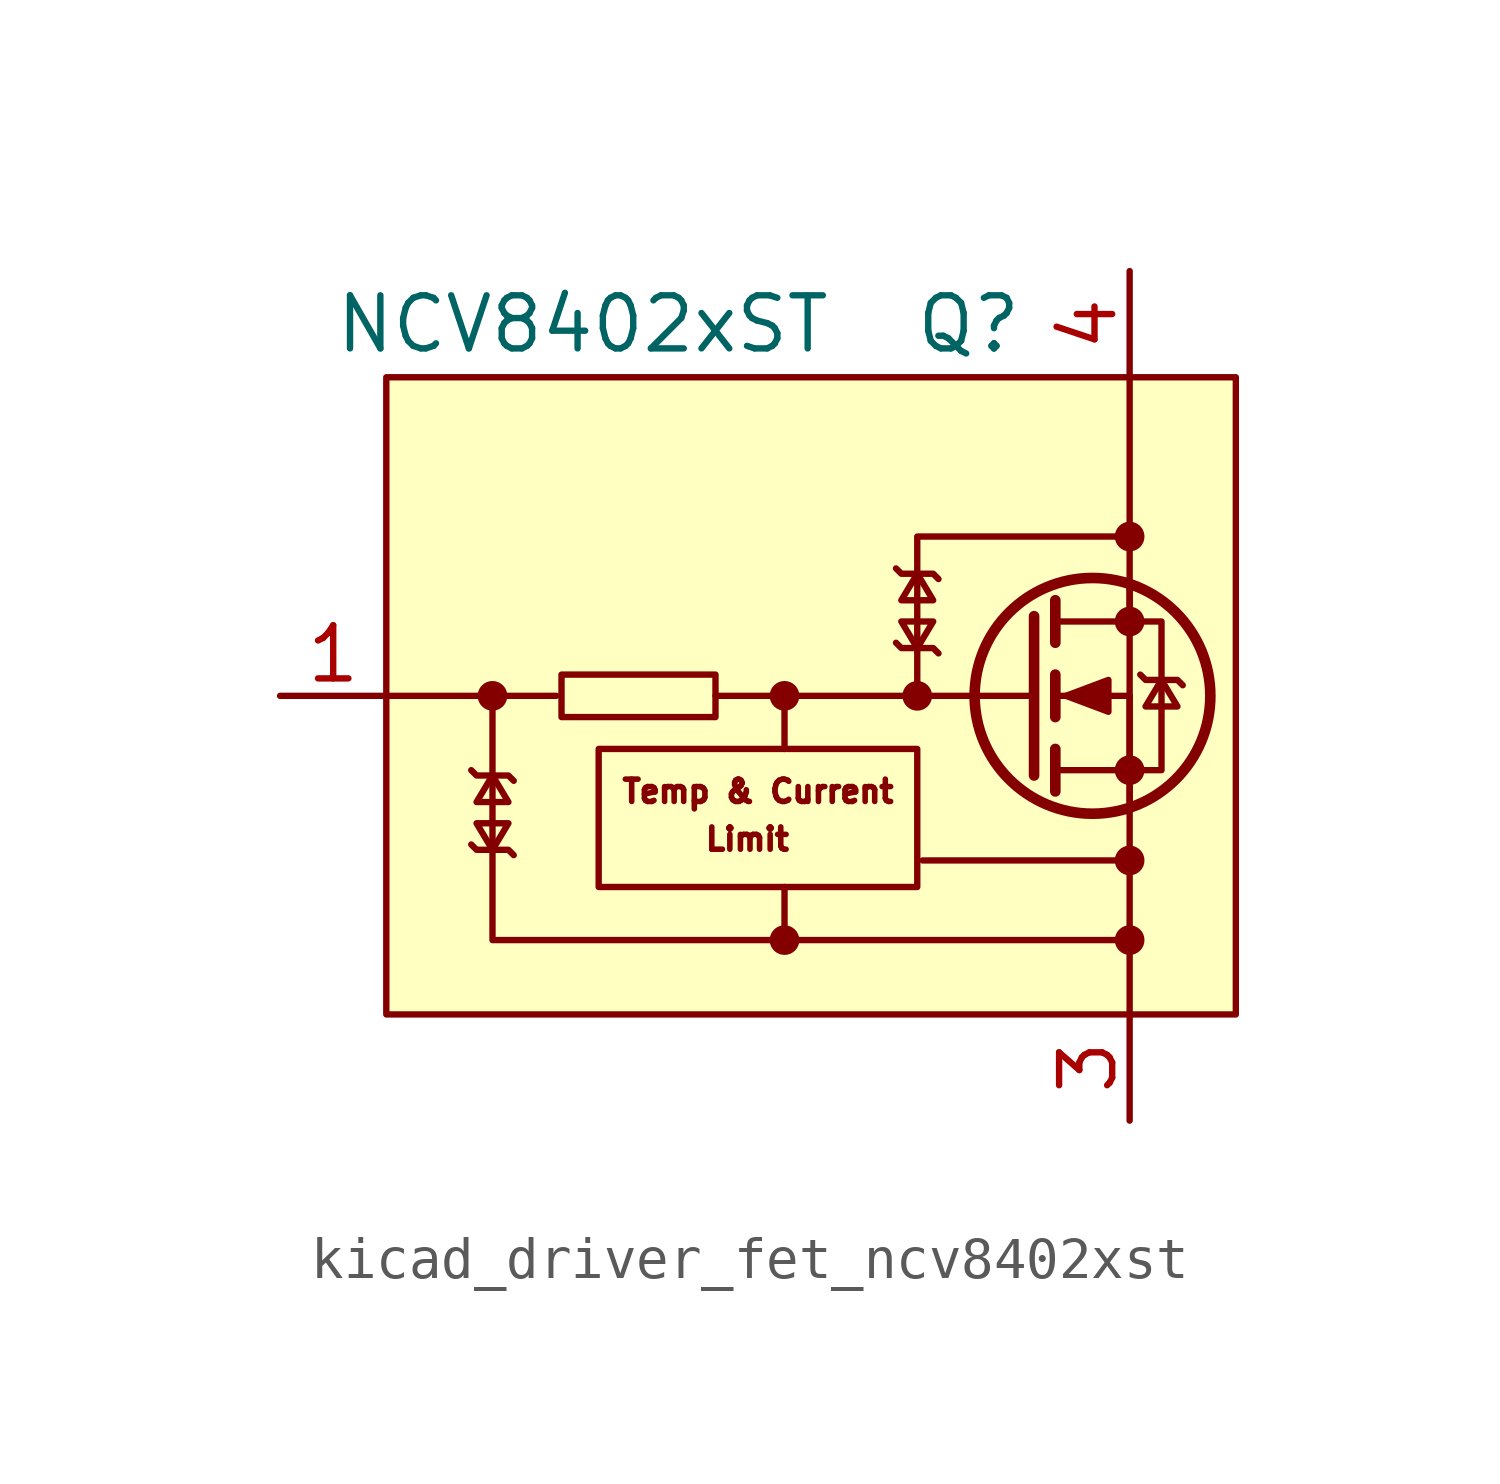
<source format=kicad_sym>
(kicad_symbol_lib
  (version 20220914)
  (generator kicad_symbol_editor)
  (symbol "kicad_driver_fet_ncv8402xst"
    (pin_names
      (offset 0) hide)
    (property "Reference" "Q"
      (at 5.08 8.89 0)
      (effects (font (size 1.27 1.27)) (justify right)))
    (property "Value" "NCV8402xST"
      (at -11.43 8.89 0)
      (effects (font (size 1.27 1.27)) (justify left)))
    (symbol "kicad_driver_fet_ncv8402xst_0_0"
      (rectangle (start -10.16 7.62) (end 10.16 -7.62) (stroke (width 0) (type default)) (fill (type background)))
      (rectangle (start -5.969 0.508) (end -2.286 -0.508) (stroke (width 0) (type default)) (fill (type none)))
      (polyline (pts (xy 7.62 2.54) (xy 7.62 -7.62)) (stroke (width 0) (type default)) (fill (type none)))
      (polyline (pts (xy 7.62 2.54) (xy 7.62 7.62)) (stroke (width 0) (type default)) (fill (type none)))
      (polyline (pts (xy -0.635 -1.27) (xy -0.635 -0.635) (xy -0.635 0)) (stroke (width 0) (type default)) (fill (type none)))
      (polyline (pts (xy 2.54 0) (xy -2.286 0) (xy -0.889 0)) (stroke (width 0) (type default)) (fill (type none)))
      (polyline (pts (xy 2.54 0) (xy 2.54 3.81) (xy 7.62 3.81)) (stroke (width 0) (type default)) (fill (type none)))
      (polyline (pts (xy 7.62 -5.842) (xy -0.635 -5.842) (xy -0.635 -4.572)) (stroke (width 0) (type default)) (fill (type none)))
      (polyline (pts (xy -0.635 -5.842) (xy -7.62 -5.842) (xy -7.62 0) (xy -6.096 0)) (stroke (width 0) (type default)) (fill (type none)))
      (text "Limit" (at -1.524 -3.429 0) (effects (font (size 0.533 0.533))))
      (text "Temp & Current" (at -1.27 -2.286 0) (effects (font (size 0.533 0.533)))))
    (symbol "kicad_driver_fet_ncv8402xst_0_1"
      (rectangle (start -5.08 -1.27) (end 2.54 -4.572) (stroke (width 0) (type default)) (fill (type none)))
      (polyline (pts (xy -7.62 0) (xy -10.16 0)) (stroke (width 0) (type default)) (fill (type none)))
      (polyline (pts (xy 7.62 -3.937) (xy 2.667 -3.937)) (stroke (width 0) (type default)) (fill (type none))))
    (symbol "kicad_driver_fet_ncv8402xst_1_1"
      (circle (center -7.62 0) (radius 0.279) (stroke (width 0) (type default)) (fill (type outline)))
      (circle (center -0.635 -5.842) (radius 0.279) (stroke (width 0) (type default)) (fill (type outline)))
      (circle (center -0.635 0) (radius 0.279) (stroke (width 0) (type default)) (fill (type outline)))
      (polyline (pts (xy 2.54 0) (xy 5.334 0)) (stroke (width 0) (type default)) (fill (type none)))
      (polyline (pts (xy 5.842 -1.778) (xy 7.62 -1.778)) (stroke (width 0) (type default)) (fill (type none)))
      (polyline (pts (xy 5.842 -1.27) (xy 5.842 -2.286)) (stroke (width 0.254) (type default)) (fill (type none)))
      (polyline (pts (xy 5.842 0) (xy 7.62 0)) (stroke (width 0) (type default)) (fill (type none)))
      (polyline (pts (xy 5.842 0.508) (xy 5.842 -0.508)) (stroke (width 0.254) (type default)) (fill (type none)))
      (polyline (pts (xy 5.842 1.778) (xy 7.62 1.778)) (stroke (width 0) (type default)) (fill (type none)))
      (polyline (pts (xy 5.842 2.286) (xy 5.842 1.27)) (stroke (width 0.254) (type default)) (fill (type none)))
      (polyline (pts (xy 7.62 -1.778) (xy 7.62 -2.54)) (stroke (width 0) (type default)) (fill (type none)))
      (polyline (pts (xy 7.62 -1.778) (xy 7.62 0)) (stroke (width 0) (type default)) (fill (type none)))
      (polyline (pts (xy 7.62 2.54) (xy 7.62 1.778)) (stroke (width 0) (type default)) (fill (type none)))
      (polyline (pts (xy 5.334 1.905) (xy 5.334 -1.905) (xy 5.334 -1.905)) (stroke (width 0.254) (type default)) (fill (type none)))
      (polyline (pts (xy -8.128 -1.778) (xy -8.001 -1.905) (xy -7.239 -1.905) (xy -7.112 -2.032)) (stroke (width 0) (type default)) (fill (type none)))
      (polyline (pts (xy -7.62 -3.683) (xy -7.239 -3.048) (xy -8.001 -3.048) (xy -7.62 -3.683)) (stroke (width 0) (type default)) (fill (type none)))
      (polyline (pts (xy -7.62 -1.905) (xy -8.001 -2.54) (xy -7.239 -2.54) (xy -7.62 -1.905)) (stroke (width 0) (type default)) (fill (type none)))
      (polyline (pts (xy -7.112 -3.81) (xy -7.239 -3.683) (xy -8.001 -3.683) (xy -8.128 -3.556)) (stroke (width 0) (type default)) (fill (type none)))
      (polyline (pts (xy 2.032 3.048) (xy 2.159 2.921) (xy 2.921 2.921) (xy 3.048 2.794)) (stroke (width 0) (type default)) (fill (type none)))
      (polyline (pts (xy 2.54 1.143) (xy 2.921 1.778) (xy 2.159 1.778) (xy 2.54 1.143)) (stroke (width 0) (type default)) (fill (type none)))
      (polyline (pts (xy 2.54 2.921) (xy 2.159 2.286) (xy 2.921 2.286) (xy 2.54 2.921)) (stroke (width 0) (type default)) (fill (type none)))
      (polyline (pts (xy 3.048 1.016) (xy 2.921 1.143) (xy 2.159 1.143) (xy 2.032 1.27)) (stroke (width 0) (type default)) (fill (type none)))
      (polyline (pts (xy 6.096 0) (xy 7.112 0.381) (xy 7.112 -0.381) (xy 6.096 0)) (stroke (width 0) (type default)) (fill (type outline)))
      (polyline (pts (xy 7.62 -1.778) (xy 8.382 -1.778) (xy 8.382 1.778) (xy 7.62 1.778)) (stroke (width 0) (type default)) (fill (type none)))
      (polyline (pts (xy 7.874 0.508) (xy 8.001 0.381) (xy 8.763 0.381) (xy 8.89 0.254)) (stroke (width 0) (type default)) (fill (type none)))
      (polyline (pts (xy 8.382 0.381) (xy 8.001 -0.254) (xy 8.763 -0.254) (xy 8.382 0.381)) (stroke (width 0) (type default)) (fill (type none)))
      (circle (center 2.54 0) (radius 0.279) (stroke (width 0) (type default)) (fill (type outline)))
      (circle (center 6.731 0) (radius 2.819) (stroke (width 0.254) (type default)) (fill (type none)))
      (circle (center 7.62 -5.842) (radius 0.279) (stroke (width 0) (type default)) (fill (type outline)))
      (circle (center 7.62 -3.937) (radius 0.279) (stroke (width 0) (type default)) (fill (type outline)))
      (circle (center 7.62 -1.778) (radius 0.279) (stroke (width 0) (type default)) (fill (type outline)))
      (circle (center 7.62 1.778) (radius 0.279) (stroke (width 0) (type default)) (fill (type outline)))
      (circle (center 7.62 3.81) (radius 0.279) (stroke (width 0) (type default)) (fill (type outline)))
      (pin input line (at -12.7 0 0) (length 2.54) (name "G" (effects (font (size 1.27 1.27)))) (number "1" (effects (font (size 1.27 1.27)))))
      (pin passive line (at 7.62 10.16 270) (length 2.54) hide (name "D" (effects (font (size 1.27 1.27)))) (number "2" (effects (font (size 1.27 1.27)))))
      (pin passive line (at 7.62 -10.16 90) (length 2.54) (name "S" (effects (font (size 1.27 1.27)))) (number "3" (effects (font (size 1.27 1.27)))))
      (pin passive line (at 7.62 10.16 270) (length 2.54) (name "D" (effects (font (size 1.27 1.27)))) (number "4" (effects (font (size 1.27 1.27))))))))
</source>
